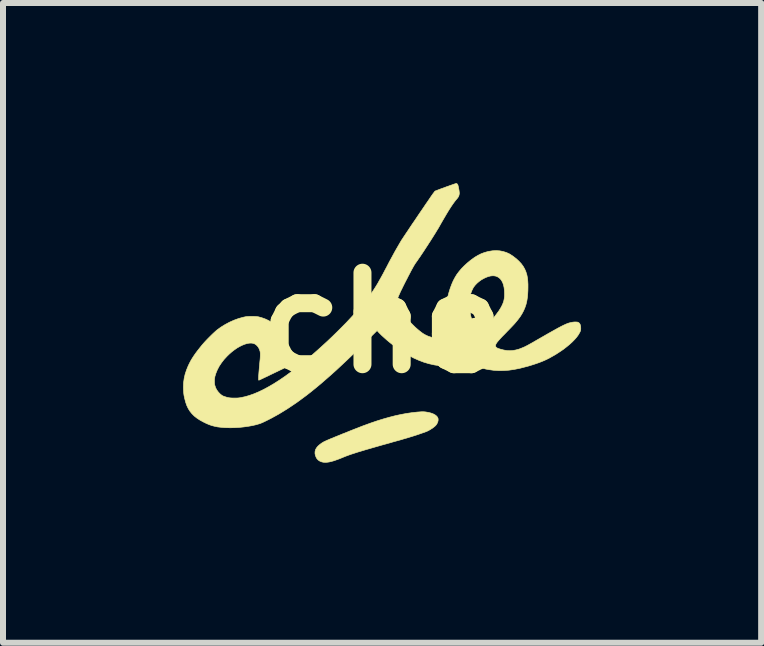
<source format=kicad_pcb>
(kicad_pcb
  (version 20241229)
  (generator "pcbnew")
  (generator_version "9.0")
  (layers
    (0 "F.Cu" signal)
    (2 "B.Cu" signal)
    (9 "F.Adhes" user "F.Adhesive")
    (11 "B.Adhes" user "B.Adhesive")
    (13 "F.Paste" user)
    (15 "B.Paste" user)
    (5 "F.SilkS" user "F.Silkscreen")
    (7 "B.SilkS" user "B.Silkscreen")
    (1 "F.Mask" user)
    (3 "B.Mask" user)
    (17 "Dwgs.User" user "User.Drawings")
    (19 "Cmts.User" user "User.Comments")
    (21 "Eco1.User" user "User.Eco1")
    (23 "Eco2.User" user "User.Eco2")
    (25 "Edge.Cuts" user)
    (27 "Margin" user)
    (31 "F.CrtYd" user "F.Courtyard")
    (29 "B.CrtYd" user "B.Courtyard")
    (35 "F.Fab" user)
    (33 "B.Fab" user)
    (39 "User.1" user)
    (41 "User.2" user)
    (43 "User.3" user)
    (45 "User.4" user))
  (footprint "che"
    (layer "F.Cu")
    (at 3.314 2.327)
    (property "Reference" "che" (at 0 0 0) (layer "F.SilkS") (effects (font (size 1.524 1.524) (thickness 0.3))))
    (attr through_hole)
    (fp_poly (pts (xy 0.698 1.482) (xy 0.713 1.483) (xy 0.73 1.485) (xy 0.735 1.486) (xy 0.776 1.493) (xy 0.811 1.502) (xy 0.842 1.513) (xy 0.859 1.52) (xy 0.888 1.537) (xy 0.91 1.555) (xy 0.925 1.575) (xy 0.933 1.596) (xy 0.934 1.62) (xy 0.931 1.639) (xy 0.923 1.661) (xy 0.914 1.681) (xy 0.902 1.699) (xy 0.887 1.716) (xy 0.867 1.733) (xy 0.843 1.752) (xy 0.813 1.771) (xy 0.801 1.779) (xy 0.781 1.79) (xy 0.763 1.8) (xy 0.742 1.809) (xy 0.717 1.819) (xy 0.701 1.825) (xy 0.656 1.84) (xy 0.611 1.856) (xy 0.566 1.871) (xy 0.519 1.886) (xy 0.47 1.901) (xy 0.418 1.917) (xy 0.362 1.933) (xy 0.302 1.951) (xy 0.236 1.969) (xy 0.164 1.989) (xy 0.16 1.991) (xy 0.074 2.015) (xy -0.006 2.037) (xy -0.079 2.058) (xy -0.146 2.077) (xy -0.207 2.095) (xy -0.264 2.111) (xy -0.316 2.127) (xy -0.363 2.141) (xy -0.407 2.154) (xy -0.447 2.167) (xy -0.484 2.179) (xy -0.518 2.19) (xy -0.549 2.201) (xy -0.579 2.212) (xy -0.606 2.222) (xy -0.633 2.233) (xy -0.658 2.243) (xy -0.66 2.244) (xy -0.714 2.266) (xy -0.761 2.283) (xy -0.804 2.298) (xy -0.843 2.309) (xy -0.877 2.317) (xy -0.909 2.322) (xy -0.938 2.324) (xy -0.966 2.323) (xy -0.982 2.322) (xy -1.013 2.314) (xy -1.042 2.301) (xy -1.067 2.283) (xy -1.087 2.26) (xy -1.095 2.247) (xy -1.109 2.214) (xy -1.117 2.181) (xy -1.117 2.149) (xy -1.11 2.118) (xy -1.104 2.104) (xy -1.089 2.079) (xy -1.068 2.054) (xy -1.04 2.029) (xy -1.008 2.005) (xy -0.972 1.983) (xy -0.943 1.969) (xy -0.929 1.963) (xy -0.91 1.954) (xy -0.885 1.944) (xy -0.856 1.931) (xy -0.822 1.918) (xy -0.785 1.902) (xy -0.745 1.886) (xy -0.703 1.869) (xy -0.66 1.851) (xy -0.615 1.834) (xy -0.571 1.816) (xy -0.527 1.798) (xy -0.484 1.781) (xy -0.443 1.765) (xy -0.404 1.75) (xy -0.369 1.736) (xy -0.337 1.724) (xy -0.31 1.713) (xy -0.301 1.71) (xy -0.188 1.669) (xy -0.079 1.632) (xy 0.024 1.6) (xy 0.124 1.572) (xy 0.221 1.547) (xy 0.314 1.527) (xy 0.405 1.51) (xy 0.494 1.497) (xy 0.582 1.487) (xy 0.595 1.486) (xy 0.624 1.484) (xy 0.648 1.482) (xy 0.667 1.481) (xy 0.683 1.481) (xy 0.698 1.482)) (stroke (width 0.01) (type solid)) (fill yes) (layer "F.SilkS"))
    (fp_poly (pts (xy 1.245 -2.319) (xy 1.253 -2.311) (xy 1.261 -2.3) (xy 1.263 -2.295) (xy 1.266 -2.284) (xy 1.27 -2.268) (xy 1.274 -2.248) (xy 1.278 -2.227) (xy 1.282 -2.205) (xy 1.284 -2.189) (xy 1.287 -2.158) (xy 1.283 -2.131) (xy 1.275 -2.106) (xy 1.26 -2.082) (xy 1.245 -2.064) (xy 1.223 -2.038) (xy 1.198 -2.005) (xy 1.17 -1.966) (xy 1.14 -1.921) (xy 1.107 -1.869) (xy 1.072 -1.811) (xy 1.034 -1.746) (xy 0.993 -1.676) (xy 0.984 -1.66) (xy 0.968 -1.632) (xy 0.953 -1.605) (xy 0.939 -1.58) (xy 0.924 -1.556) (xy 0.908 -1.53) (xy 0.892 -1.503) (xy 0.873 -1.473) (xy 0.852 -1.439) (xy 0.828 -1.401) (xy 0.817 -1.384) (xy 0.8 -1.357) (xy 0.78 -1.327) (xy 0.76 -1.295) (xy 0.738 -1.262) (xy 0.716 -1.228) (xy 0.694 -1.194) (xy 0.672 -1.161) (xy 0.651 -1.13) (xy 0.632 -1.101) (xy 0.614 -1.076) (xy 0.599 -1.054) (xy 0.587 -1.036) (xy 0.578 -1.024) (xy 0.577 -1.021) (xy 0.566 -1.007) (xy 0.556 -0.993) (xy 0.547 -0.979) (xy 0.537 -0.963) (xy 0.526 -0.945) (xy 0.514 -0.923) (xy 0.499 -0.896) (xy 0.494 -0.887) (xy 0.482 -0.865) (xy 0.468 -0.838) (xy 0.452 -0.807) (xy 0.434 -0.773) (xy 0.416 -0.737) (xy 0.397 -0.701) (xy 0.378 -0.664) (xy 0.36 -0.628) (xy 0.343 -0.594) (xy 0.328 -0.562) (xy 0.314 -0.535) (xy 0.303 -0.512) (xy 0.296 -0.495) (xy 0.281 -0.462) (xy 0.269 -0.434) (xy 0.26 -0.411) (xy 0.254 -0.392) (xy 0.249 -0.375) (xy 0.246 -0.361) (xy 0.245 -0.348) (xy 0.245 -0.345) (xy 0.245 -0.33) (xy 0.247 -0.319) (xy 0.25 -0.307) (xy 0.256 -0.293) (xy 0.258 -0.289) (xy 0.277 -0.255) (xy 0.301 -0.217) (xy 0.329 -0.176) (xy 0.361 -0.134) (xy 0.396 -0.091) (xy 0.434 -0.048) (xy 0.474 -0.005) (xy 0.514 0.036) (xy 0.554 0.075) (xy 0.595 0.111) (xy 0.634 0.143) (xy 0.671 0.171) (xy 0.686 0.181) (xy 0.711 0.196) (xy 0.739 0.21) (xy 0.77 0.224) (xy 0.807 0.236) (xy 0.832 0.245) (xy 0.886 0.26) (xy 0.939 0.273) (xy 0.99 0.283) (xy 1.037 0.29) (xy 1.08 0.294) (xy 1.097 0.294) (xy 1.119 0.294) (xy 1.134 0.292) (xy 1.144 0.289) (xy 1.149 0.285) (xy 1.15 0.278) (xy 1.149 0.268) (xy 1.145 0.251) (xy 1.139 0.228) (xy 1.129 0.199) (xy 1.118 0.163) (xy 1.116 0.156) (xy 1.101 0.109) (xy 1.089 0.067) (xy 1.08 0.028) (xy 1.074 -0.01) (xy 1.069 -0.049) (xy 1.067 -0.091) (xy 1.065 -0.137) (xy 1.065 -0.154) (xy 1.066 -0.194) (xy 1.067 -0.228) (xy 1.068 -0.26) (xy 1.071 -0.29) (xy 1.074 -0.315) (xy 1.455 -0.315) (xy 1.458 -0.248) (xy 1.466 -0.178) (xy 1.47 -0.156) (xy 1.479 -0.108) (xy 1.491 -0.062) (xy 1.503 -0.018) (xy 1.518 0.022) (xy 1.533 0.059) (xy 1.548 0.091) (xy 1.565 0.117) (xy 1.58 0.137) (xy 1.593 0.149) (xy 1.603 0.155) (xy 1.614 0.156) (xy 1.626 0.151) (xy 1.642 0.142) (xy 1.644 0.141) (xy 1.661 0.128) (xy 1.682 0.11) (xy 1.705 0.088) (xy 1.731 0.061) (xy 1.758 0.032) (xy 1.787 0.001) (xy 1.815 -0.033) (xy 1.844 -0.067) (xy 1.872 -0.101) (xy 1.898 -0.135) (xy 1.922 -0.167) (xy 1.944 -0.197) (xy 1.948 -0.203) (xy 1.975 -0.246) (xy 1.996 -0.285) (xy 2.013 -0.323) (xy 2.026 -0.36) (xy 2.034 -0.398) (xy 2.039 -0.438) (xy 2.04 -0.481) (xy 2.04 -0.483) (xy 2.038 -0.539) (xy 2.032 -0.589) (xy 2.022 -0.633) (xy 2.008 -0.672) (xy 1.99 -0.705) (xy 1.969 -0.732) (xy 1.944 -0.754) (xy 1.916 -0.77) (xy 1.886 -0.78) (xy 1.851 -0.784) (xy 1.847 -0.784) (xy 1.811 -0.781) (xy 1.772 -0.772) (xy 1.732 -0.757) (xy 1.692 -0.738) (xy 1.653 -0.716) (xy 1.616 -0.689) (xy 1.582 -0.66) (xy 1.552 -0.629) (xy 1.526 -0.596) (xy 1.52 -0.587) (xy 1.497 -0.541) (xy 1.478 -0.491) (xy 1.465 -0.437) (xy 1.457 -0.378) (xy 1.455 -0.315) (xy 1.074 -0.315) (xy 1.075 -0.322) (xy 1.081 -0.357) (xy 1.083 -0.374) (xy 1.097 -0.443) (xy 1.115 -0.511) (xy 1.136 -0.578) (xy 1.16 -0.642) (xy 1.186 -0.702) (xy 1.215 -0.756) (xy 1.244 -0.804) (xy 1.28 -0.852) (xy 1.321 -0.901) (xy 1.368 -0.949) (xy 1.419 -0.996) (xy 1.472 -1.04) (xy 1.527 -1.08) (xy 1.542 -1.091) (xy 1.594 -1.122) (xy 1.645 -1.148) (xy 1.697 -1.168) (xy 1.751 -1.184) (xy 1.777 -1.19) (xy 1.84 -1.2) (xy 1.901 -1.203) (xy 1.96 -1.199) (xy 2.016 -1.188) (xy 2.071 -1.171) (xy 2.123 -1.147) (xy 2.173 -1.115) (xy 2.184 -1.107) (xy 2.236 -1.067) (xy 2.28 -1.026) (xy 2.318 -0.985) (xy 2.349 -0.943) (xy 2.375 -0.898) (xy 2.395 -0.852) (xy 2.411 -0.802) (xy 2.416 -0.777) (xy 2.423 -0.738) (xy 2.427 -0.692) (xy 2.43 -0.643) (xy 2.43 -0.591) (xy 2.429 -0.538) (xy 2.426 -0.486) (xy 2.422 -0.435) (xy 2.415 -0.388) (xy 2.411 -0.363) (xy 2.398 -0.308) (xy 2.38 -0.255) (xy 2.358 -0.203) (xy 2.331 -0.152) (xy 2.299 -0.101) (xy 2.26 -0.049) (xy 2.215 0.005) (xy 2.212 0.009) (xy 2.203 0.019) (xy 2.19 0.033) (xy 2.174 0.05) (xy 2.154 0.071) (xy 2.132 0.094) (xy 2.108 0.119) (xy 2.083 0.144) (xy 2.068 0.16) (xy 2.033 0.196) (xy 2.002 0.227) (xy 1.976 0.255) (xy 1.955 0.278) (xy 1.937 0.299) (xy 1.922 0.316) (xy 1.911 0.331) (xy 1.903 0.343) (xy 1.897 0.354) (xy 1.893 0.364) (xy 1.891 0.373) (xy 1.89 0.381) (xy 1.892 0.393) (xy 1.897 0.403) (xy 1.906 0.412) (xy 1.92 0.421) (xy 1.94 0.429) (xy 1.966 0.437) (xy 1.977 0.441) (xy 2.031 0.454) (xy 2.082 0.462) (xy 2.131 0.464) (xy 2.18 0.461) (xy 2.229 0.452) (xy 2.281 0.438) (xy 2.33 0.419) (xy 2.354 0.409) (xy 2.377 0.399) (xy 2.4 0.387) (xy 2.426 0.374) (xy 2.454 0.358) (xy 2.487 0.34) (xy 2.505 0.33) (xy 2.572 0.291) (xy 2.633 0.256) (xy 2.689 0.224) (xy 2.739 0.195) (xy 2.785 0.169) (xy 2.826 0.146) (xy 2.863 0.125) (xy 2.896 0.107) (xy 2.926 0.09) (xy 2.953 0.076) (xy 2.977 0.063) (xy 2.999 0.052) (xy 3.018 0.042) (xy 3.036 0.034) (xy 3.053 0.026) (xy 3.069 0.019) (xy 3.084 0.013) (xy 3.089 0.011) (xy 3.116 0.002) (xy 3.145 -0.005) (xy 3.175 -0.011) (xy 3.204 -0.014) (xy 3.231 -0.014) (xy 3.253 -0.012) (xy 3.259 -0.011) (xy 3.277 -0.002) (xy 3.291 0.012) (xy 3.301 0.032) (xy 3.307 0.058) (xy 3.309 0.088) (xy 3.309 0.098) (xy 3.308 0.113) (xy 3.306 0.125) (xy 3.303 0.136) (xy 3.298 0.149) (xy 3.29 0.164) (xy 3.269 0.201) (xy 3.241 0.239) (xy 3.207 0.278) (xy 3.167 0.319) (xy 3.122 0.36) (xy 3.072 0.401) (xy 3.018 0.443) (xy 2.959 0.483) (xy 2.896 0.524) (xy 2.874 0.537) (xy 2.828 0.563) (xy 2.784 0.588) (xy 2.74 0.61) (xy 2.696 0.63) (xy 2.65 0.649) (xy 2.602 0.667) (xy 2.55 0.685) (xy 2.494 0.703) (xy 2.432 0.722) (xy 2.389 0.733) (xy 2.293 0.758) (xy 2.201 0.776) (xy 2.112 0.789) (xy 2.026 0.795) (xy 1.942 0.796) (xy 1.861 0.791) (xy 1.781 0.78) (xy 1.731 0.771) (xy 1.704 0.764) (xy 1.673 0.755) (xy 1.639 0.745) (xy 1.606 0.734) (xy 1.575 0.722) (xy 1.547 0.711) (xy 1.539 0.708) (xy 1.506 0.694) (xy 1.479 0.683) (xy 1.457 0.676) (xy 1.437 0.671) (xy 1.42 0.669) (xy 1.403 0.669) (xy 1.387 0.672) (xy 1.369 0.677) (xy 1.364 0.678) (xy 1.313 0.693) (xy 1.256 0.704) (xy 1.195 0.712) (xy 1.131 0.717) (xy 1.066 0.718) (xy 1.001 0.716) (xy 0.937 0.711) (xy 0.875 0.702) (xy 0.865 0.7) (xy 0.781 0.681) (xy 0.696 0.656) (xy 0.612 0.624) (xy 0.528 0.587) (xy 0.443 0.542) (xy 0.356 0.491) (xy 0.344 0.484) (xy 0.292 0.449) (xy 0.238 0.412) (xy 0.185 0.372) (xy 0.133 0.331) (xy 0.082 0.289) (xy 0.035 0.247) (xy -0.009 0.207) (xy -0.048 0.168) (xy -0.072 0.142) (xy -0.083 0.129) (xy -0.26 0.305) (xy -0.368 0.412) (xy -0.472 0.513) (xy -0.571 0.608) (xy -0.668 0.699) (xy -0.76 0.785) (xy -0.85 0.866) (xy -0.937 0.942) (xy -1.021 1.015) (xy -1.103 1.083) (xy -1.183 1.148) (xy -1.261 1.209) (xy -1.338 1.266) (xy -1.413 1.321) (xy -1.488 1.372) (xy -1.561 1.421) (xy -1.634 1.467) (xy -1.68 1.495) (xy -1.721 1.52) (xy -1.764 1.544) (xy -1.806 1.567) (xy -1.848 1.59) (xy -1.889 1.611) (xy -1.927 1.63) (xy -1.962 1.647) (xy -1.994 1.662) (xy -2.021 1.673) (xy -2.039 1.68) (xy -2.098 1.697) (xy -2.162 1.712) (xy -2.231 1.724) (xy -2.303 1.734) (xy -2.378 1.742) (xy -2.453 1.746) (xy -2.528 1.748) (xy -2.601 1.746) (xy -2.627 1.745) (xy -2.685 1.74) (xy -2.738 1.734) (xy -2.787 1.724) (xy -2.834 1.712) (xy -2.88 1.696) (xy -2.927 1.676) (xy -2.978 1.651) (xy -2.98 1.65) (xy -3.036 1.619) (xy -3.086 1.586) (xy -3.129 1.552) (xy -3.167 1.514) (xy -3.2 1.473) (xy -3.228 1.429) (xy -3.252 1.379) (xy -3.271 1.325) (xy -3.287 1.265) (xy -3.299 1.21) (xy -3.303 1.18) (xy -3.306 1.146) (xy -3.308 1.109) (xy -3.309 1.072) (xy -3.308 1.036) (xy -3.307 1.004) (xy -3.306 0.994) (xy -3.296 0.923) (xy -3.28 0.854) (xy -3.257 0.785) (xy -3.229 0.716) (xy -3.206 0.669) (xy -3.185 0.629) (xy -3.161 0.589) (xy -3.135 0.549) (xy -3.105 0.506) (xy -3.072 0.462) (xy -3.034 0.414) (xy -2.997 0.368) (xy -2.977 0.345) (xy -2.954 0.319) (xy -2.928 0.291) (xy -2.9 0.262) (xy -2.871 0.233) (xy -2.843 0.205) (xy -2.816 0.179) (xy -2.791 0.156) (xy -2.769 0.136) (xy -2.753 0.122) (xy -2.686 0.073) (xy -2.615 0.029) (xy -2.542 -0.01) (xy -2.466 -0.044) (xy -2.389 -0.072) (xy -2.312 -0.093) (xy -2.285 -0.099) (xy -2.27 -0.102) (xy -2.255 -0.104) (xy -2.24 -0.105) (xy -2.224 -0.106) (xy -2.203 -0.107) (xy -2.177 -0.107) (xy -2.168 -0.107) (xy -2.141 -0.107) (xy -2.119 -0.106) (xy -2.101 -0.105) (xy -2.087 -0.104) (xy -2.073 -0.102) (xy -2.059 -0.1) (xy -2.055 -0.099) (xy -2.001 -0.084) (xy -1.948 -0.065) (xy -1.896 -0.041) (xy -1.847 -0.013) (xy -1.801 0.018) (xy -1.759 0.052) (xy -1.721 0.089) (xy -1.689 0.127) (xy -1.663 0.166) (xy -1.655 0.181) (xy -1.643 0.208) (xy -1.631 0.24) (xy -1.621 0.274) (xy -1.614 0.308) (xy -1.611 0.32) (xy -1.608 0.344) (xy -1.604 0.369) (xy -1.602 0.395) (xy -1.6 0.423) (xy -1.599 0.455) (xy -1.598 0.491) (xy -1.597 0.533) (xy -1.597 0.58) (xy -1.597 0.599) (xy -1.597 0.738) (xy -1.823 0.847) (xy -1.861 0.865) (xy -1.897 0.883) (xy -1.931 0.899) (xy -1.961 0.913) (xy -1.988 0.926) (xy -2.011 0.937) (xy -2.03 0.946) (xy -2.043 0.952) (xy -2.051 0.955) (xy -2.053 0.956) (xy -2.055 0.954) (xy -2.057 0.946) (xy -2.057 0.933) (xy -2.057 0.914) (xy -2.056 0.889) (xy -2.054 0.858) (xy -2.051 0.82) (xy -2.047 0.776) (xy -2.043 0.725) (xy -2.039 0.684) (xy -2.035 0.64) (xy -2.031 0.603) (xy -2.029 0.572) (xy -2.028 0.546) (xy -2.028 0.524) (xy -2.028 0.505) (xy -2.03 0.49) (xy -2.032 0.477) (xy -2.033 0.472) (xy -2.045 0.437) (xy -2.062 0.406) (xy -2.083 0.38) (xy -2.107 0.36) (xy -2.124 0.35) (xy -2.151 0.341) (xy -2.182 0.337) (xy -2.216 0.339) (xy -2.253 0.346) (xy -2.292 0.358) (xy -2.333 0.375) (xy -2.375 0.396) (xy -2.418 0.421) (xy -2.461 0.451) (xy -2.504 0.484) (xy -2.546 0.521) (xy -2.582 0.556) (xy -2.632 0.61) (xy -2.675 0.666) (xy -2.713 0.723) (xy -2.743 0.78) (xy -2.767 0.838) (xy -2.785 0.895) (xy -2.785 0.898) (xy -2.789 0.922) (xy -2.792 0.95) (xy -2.792 0.979) (xy -2.791 1.008) (xy -2.788 1.033) (xy -2.785 1.043) (xy -2.772 1.083) (xy -2.752 1.12) (xy -2.726 1.155) (xy -2.696 1.186) (xy -2.688 1.192) (xy -2.675 1.203) (xy -2.663 1.211) (xy -2.651 1.218) (xy -2.638 1.223) (xy -2.62 1.229) (xy -2.609 1.233) (xy -2.583 1.241) (xy -2.559 1.246) (xy -2.536 1.25) (xy -2.51 1.252) (xy -2.481 1.253) (xy -2.458 1.253) (xy -2.428 1.253) (xy -2.403 1.252) (xy -2.381 1.25) (xy -2.357 1.246) (xy -2.35 1.245) (xy -2.28 1.23) (xy -2.208 1.209) (xy -2.132 1.182) (xy -2.054 1.149) (xy -1.973 1.11) (xy -1.888 1.064) (xy -1.801 1.013) (xy -1.71 0.955) (xy -1.616 0.891) (xy -1.519 0.82) (xy -1.488 0.797) (xy -1.408 0.736) (xy -1.327 0.671) (xy -1.244 0.603) (xy -1.161 0.532) (xy -1.077 0.458) (xy -0.994 0.383) (xy -0.911 0.307) (xy -0.829 0.229) (xy -0.749 0.151) (xy -0.671 0.073) (xy -0.595 -0.004) (xy -0.523 -0.081) (xy -0.454 -0.156) (xy -0.389 -0.229) (xy -0.328 -0.3) (xy -0.272 -0.368) (xy -0.222 -0.432) (xy -0.201 -0.46) (xy -0.179 -0.492) (xy -0.157 -0.523) (xy -0.136 -0.555) (xy -0.115 -0.587) (xy -0.094 -0.621) (xy -0.072 -0.657) (xy -0.05 -0.697) (xy -0.026 -0.739) (xy 0.000017 -0.786) (xy 0.028 -0.838) (xy 0.058 -0.896) (xy 0.073 -0.923) (xy 0.122 -1.018) (xy 0.17 -1.106) (xy 0.214 -1.187) (xy 0.257 -1.262) (xy 0.297 -1.331) (xy 0.316 -1.363) (xy 0.321 -1.372) (xy 0.331 -1.387) (xy 0.344 -1.406) (xy 0.36 -1.431) (xy 0.379 -1.459) (xy 0.4 -1.491) (xy 0.424 -1.526) (xy 0.449 -1.564) (xy 0.475 -1.603) (xy 0.503 -1.645) (xy 0.532 -1.687) (xy 0.541 -1.7) (xy 0.586 -1.767) (xy 0.627 -1.828) (xy 0.665 -1.883) (xy 0.699 -1.933) (xy 0.729 -1.978) (xy 0.757 -2.018) (xy 0.781 -2.053) (xy 0.802 -2.084) (xy 0.82 -2.111) (xy 0.836 -2.133) (xy 0.849 -2.152) (xy 0.86 -2.166) (xy 0.869 -2.178) (xy 0.875 -2.186) (xy 0.88 -2.192) (xy 0.882 -2.193) (xy 0.886 -2.196) (xy 0.897 -2.2) (xy 0.913 -2.206) (xy 0.933 -2.214) (xy 0.957 -2.223) (xy 0.983 -2.233) (xy 1.012 -2.243) (xy 1.042 -2.254) (xy 1.073 -2.266) (xy 1.103 -2.276) (xy 1.132 -2.287) (xy 1.159 -2.296) (xy 1.183 -2.305) (xy 1.204 -2.312) (xy 1.22 -2.317) (xy 1.232 -2.321) (xy 1.237 -2.322) (xy 1.237 -2.322) (xy 1.245 -2.319)) (stroke (width 0.01) (type solid)) (fill yes) (layer "F.SilkS")))
  (gr_rect
    (start -3 -3)
    (end 9.628 7.656)
    (stroke (width 0.1) (type default))
    (fill no)
    (layer "Edge.Cuts")))
</source>
